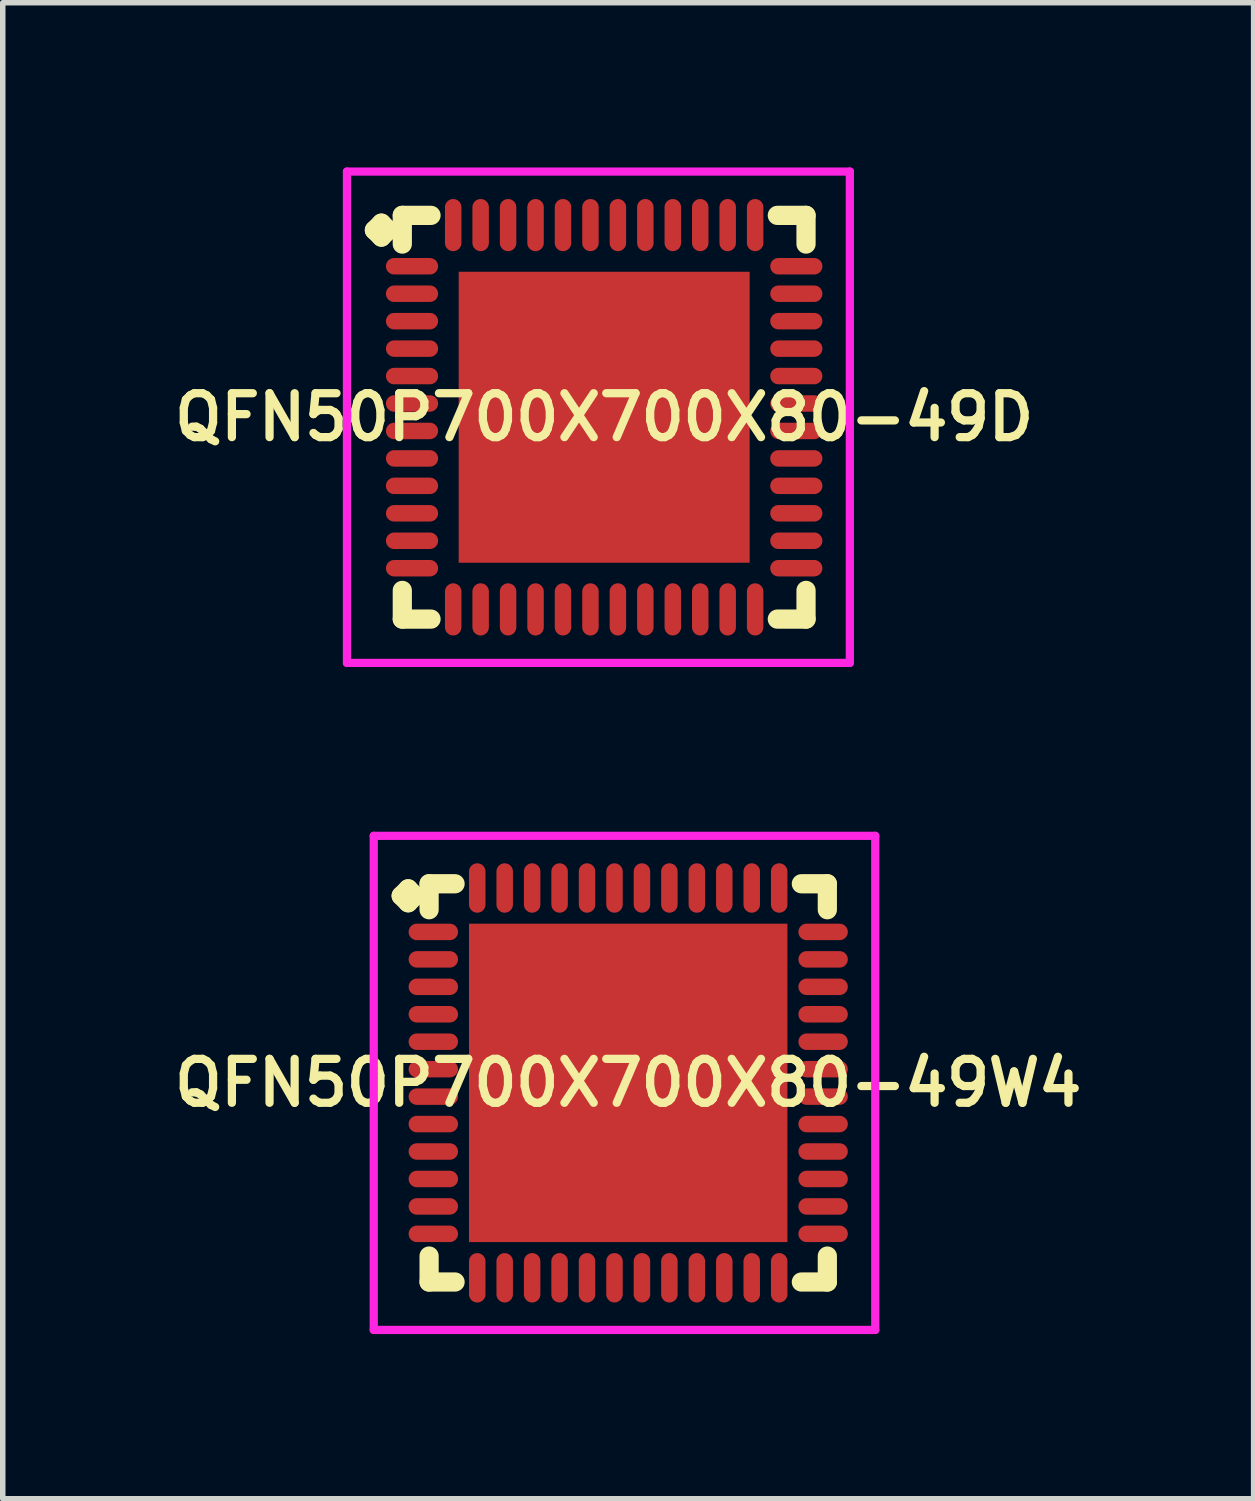
<source format=kicad_pcb>
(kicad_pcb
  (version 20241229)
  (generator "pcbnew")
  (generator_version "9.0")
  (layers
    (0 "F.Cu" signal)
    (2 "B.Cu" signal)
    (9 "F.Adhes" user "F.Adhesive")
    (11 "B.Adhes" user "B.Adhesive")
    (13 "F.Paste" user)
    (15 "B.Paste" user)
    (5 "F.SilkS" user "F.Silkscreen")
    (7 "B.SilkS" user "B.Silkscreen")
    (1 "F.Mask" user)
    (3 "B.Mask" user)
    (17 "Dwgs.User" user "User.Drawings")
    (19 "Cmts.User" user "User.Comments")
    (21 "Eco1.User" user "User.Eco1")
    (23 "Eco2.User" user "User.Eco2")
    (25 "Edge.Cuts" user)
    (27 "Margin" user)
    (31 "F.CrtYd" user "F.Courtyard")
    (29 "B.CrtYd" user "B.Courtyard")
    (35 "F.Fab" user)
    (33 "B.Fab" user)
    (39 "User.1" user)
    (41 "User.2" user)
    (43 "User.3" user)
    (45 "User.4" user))
  (footprint "QFN50P700X700X80-49D"
    (layer "F.Cu")
    (at 7.955 4.55)
    (property "Reference" "QFN50P700X700X80-49D" (at 0 0 0) (layer "F.SilkS") (effects (font (size 0.8 0.8) (thickness 0.15))))
    (attr smd)
    (fp_line (start -4.185 -3.408) (end -4.058 -3.535) (stroke (width 0.35) (type solid)) (layer "F.SilkS"))
    (fp_line (start -4.058 -3.535) (end -3.931 -3.408) (stroke (width 0.35) (type solid)) (layer "F.SilkS"))
    (fp_line (start -4.058 -3.281) (end -4.185 -3.408) (stroke (width 0.35) (type solid)) (layer "F.SilkS"))
    (fp_line (start -3.931 -3.408) (end -4.058 -3.281) (stroke (width 0.35) (type solid)) (layer "F.SilkS"))
    (fp_line (start -3.677 -3.677) (end -3.154 -3.677) (stroke (width 0.35) (type solid)) (layer "F.SilkS"))
    (fp_line (start -3.677 -3.154) (end -3.677 -3.677) (stroke (width 0.35) (type solid)) (layer "F.SilkS"))
    (fp_line (start -3.677 3.154) (end -3.677 3.677) (stroke (width 0.35) (type solid)) (layer "F.SilkS"))
    (fp_line (start -3.677 3.677) (end -3.154 3.677) (stroke (width 0.35) (type solid)) (layer "F.SilkS"))
    (fp_line (start 3.154 -3.677) (end 3.677 -3.677) (stroke (width 0.35) (type solid)) (layer "F.SilkS"))
    (fp_line (start 3.154 3.677) (end 3.677 3.677) (stroke (width 0.35) (type solid)) (layer "F.SilkS"))
    (fp_line (start 3.677 -3.677) (end 3.677 -3.154) (stroke (width 0.35) (type solid)) (layer "F.SilkS"))
    (fp_line (start 3.677 3.677) (end 3.677 3.154) (stroke (width 0.35) (type solid)) (layer "F.SilkS"))
    (fp_line (start -4.685 -4.475) (end 4.475 -4.475) (stroke (width 0.15) (type solid)) (layer "F.CrtYd"))
    (fp_line (start -4.685 4.475) (end -4.685 -4.475) (stroke (width 0.15) (type solid)) (layer "F.CrtYd"))
    (fp_line (start 4.475 -4.475) (end 4.475 4.475) (stroke (width 0.15) (type solid)) (layer "F.CrtYd"))
    (fp_line (start 4.475 4.475) (end -4.685 4.475) (stroke (width 0.15) (type solid)) (layer "F.CrtYd"))
    (pad "1" smd oval (at -3.5 -2.75) (size 0.95 0.3) (layers "F.Cu" "F.Mask" "F.Paste"))
    (pad "2" smd oval (at -3.5 -2.25) (size 0.95 0.3) (layers "F.Cu" "F.Mask" "F.Paste"))
    (pad "3" smd oval (at -3.5 -1.75) (size 0.95 0.3) (layers "F.Cu" "F.Mask" "F.Paste"))
    (pad "4" smd oval (at -3.5 -1.25) (size 0.95 0.3) (layers "F.Cu" "F.Mask" "F.Paste"))
    (pad "5" smd oval (at -3.5 -0.75) (size 0.95 0.3) (layers "F.Cu" "F.Mask" "F.Paste"))
    (pad "6" smd oval (at -3.5 -0.25) (size 0.95 0.3) (layers "F.Cu" "F.Mask" "F.Paste"))
    (pad "7" smd oval (at -3.5 0.25) (size 0.95 0.3) (layers "F.Cu" "F.Mask" "F.Paste"))
    (pad "8" smd oval (at -3.5 0.75) (size 0.95 0.3) (layers "F.Cu" "F.Mask" "F.Paste"))
    (pad "9" smd oval (at -3.5 1.25) (size 0.95 0.3) (layers "F.Cu" "F.Mask" "F.Paste"))
    (pad "10" smd oval (at -3.5 1.75) (size 0.95 0.3) (layers "F.Cu" "F.Mask" "F.Paste"))
    (pad "11" smd oval (at -3.5 2.25) (size 0.95 0.3) (layers "F.Cu" "F.Mask" "F.Paste"))
    (pad "12" smd oval (at -3.5 2.75) (size 0.95 0.3) (layers "F.Cu" "F.Mask" "F.Paste"))
    (pad "13" smd oval (at -2.75 3.5) (size 0.3 0.95) (layers "F.Cu" "F.Mask" "F.Paste"))
    (pad "14" smd oval (at -2.25 3.5) (size 0.3 0.95) (layers "F.Cu" "F.Mask" "F.Paste"))
    (pad "15" smd oval (at -1.75 3.5) (size 0.3 0.95) (layers "F.Cu" "F.Mask" "F.Paste"))
    (pad "16" smd oval (at -1.25 3.5) (size 0.3 0.95) (layers "F.Cu" "F.Mask" "F.Paste"))
    (pad "17" smd oval (at -0.75 3.5) (size 0.3 0.95) (layers "F.Cu" "F.Mask" "F.Paste"))
    (pad "18" smd oval (at -0.25 3.5) (size 0.3 0.95) (layers "F.Cu" "F.Mask" "F.Paste"))
    (pad "19" smd oval (at 0.25 3.5) (size 0.3 0.95) (layers "F.Cu" "F.Mask" "F.Paste"))
    (pad "20" smd oval (at 0.75 3.5) (size 0.3 0.95) (layers "F.Cu" "F.Mask" "F.Paste"))
    (pad "21" smd oval (at 1.25 3.5) (size 0.3 0.95) (layers "F.Cu" "F.Mask" "F.Paste"))
    (pad "22" smd oval (at 1.75 3.5) (size 0.3 0.95) (layers "F.Cu" "F.Mask" "F.Paste"))
    (pad "23" smd oval (at 2.25 3.5) (size 0.3 0.95) (layers "F.Cu" "F.Mask" "F.Paste"))
    (pad "24" smd oval (at 2.75 3.5) (size 0.3 0.95) (layers "F.Cu" "F.Mask" "F.Paste"))
    (pad "25" smd oval (at 3.5 2.75) (size 0.95 0.3) (layers "F.Cu" "F.Mask" "F.Paste"))
    (pad "26" smd oval (at 3.5 2.25) (size 0.95 0.3) (layers "F.Cu" "F.Mask" "F.Paste"))
    (pad "27" smd oval (at 3.5 1.75) (size 0.95 0.3) (layers "F.Cu" "F.Mask" "F.Paste"))
    (pad "28" smd oval (at 3.5 1.25) (size 0.95 0.3) (layers "F.Cu" "F.Mask" "F.Paste"))
    (pad "29" smd oval (at 3.5 0.75) (size 0.95 0.3) (layers "F.Cu" "F.Mask" "F.Paste"))
    (pad "30" smd oval (at 3.5 0.25) (size 0.95 0.3) (layers "F.Cu" "F.Mask" "F.Paste"))
    (pad "31" smd oval (at 3.5 -0.25) (size 0.95 0.3) (layers "F.Cu" "F.Mask" "F.Paste"))
    (pad "32" smd oval (at 3.5 -0.75) (size 0.95 0.3) (layers "F.Cu" "F.Mask" "F.Paste"))
    (pad "33" smd oval (at 3.5 -1.25) (size 0.95 0.3) (layers "F.Cu" "F.Mask" "F.Paste"))
    (pad "34" smd oval (at 3.5 -1.75) (size 0.95 0.3) (layers "F.Cu" "F.Mask" "F.Paste"))
    (pad "35" smd oval (at 3.5 -2.25) (size 0.95 0.3) (layers "F.Cu" "F.Mask" "F.Paste"))
    (pad "36" smd oval (at 3.5 -2.75) (size 0.95 0.3) (layers "F.Cu" "F.Mask" "F.Paste"))
    (pad "37" smd oval (at 2.75 -3.5) (size 0.3 0.95) (layers "F.Cu" "F.Mask" "F.Paste"))
    (pad "38" smd oval (at 2.25 -3.5) (size 0.3 0.95) (layers "F.Cu" "F.Mask" "F.Paste"))
    (pad "39" smd oval (at 1.75 -3.5) (size 0.3 0.95) (layers "F.Cu" "F.Mask" "F.Paste"))
    (pad "40" smd oval (at 1.25 -3.5) (size 0.3 0.95) (layers "F.Cu" "F.Mask" "F.Paste"))
    (pad "41" smd oval (at 0.75 -3.5) (size 0.3 0.95) (layers "F.Cu" "F.Mask" "F.Paste"))
    (pad "42" smd oval (at 0.25 -3.5) (size 0.3 0.95) (layers "F.Cu" "F.Mask" "F.Paste"))
    (pad "43" smd oval (at -0.25 -3.5) (size 0.3 0.95) (layers "F.Cu" "F.Mask" "F.Paste"))
    (pad "44" smd oval (at -0.75 -3.5) (size 0.3 0.95) (layers "F.Cu" "F.Mask" "F.Paste"))
    (pad "45" smd oval (at -1.25 -3.5) (size 0.3 0.95) (layers "F.Cu" "F.Mask" "F.Paste"))
    (pad "46" smd oval (at -1.75 -3.5) (size 0.3 0.95) (layers "F.Cu" "F.Mask" "F.Paste"))
    (pad "47" smd oval (at -2.25 -3.5) (size 0.3 0.95) (layers "F.Cu" "F.Mask" "F.Paste"))
    (pad "48" smd oval (at -2.75 -3.5) (size 0.3 0.95) (layers "F.Cu" "F.Mask" "F.Paste"))
    (pad "49" smd rect (at 0 0) (size 5.3 5.3) (layers "F.Cu" "F.Mask" "F.Paste")))
  (footprint "QFN50P700X700X80-49W4"
    (layer "F.Cu")
    (at 8.393 16.675)
    (property "Reference" "QFN50P700X700X80-49W4" (at 0 0 0) (layer "F.SilkS") (effects (font (size 0.8 0.8) (thickness 0.15))))
    (attr smd)
    (fp_line (start -4.135 -3.408) (end -4.008 -3.535) (stroke (width 0.35) (type solid)) (layer "F.SilkS"))
    (fp_line (start -4.008 -3.535) (end -3.881 -3.408) (stroke (width 0.35) (type solid)) (layer "F.SilkS"))
    (fp_line (start -4.008 -3.281) (end -4.135 -3.408) (stroke (width 0.35) (type solid)) (layer "F.SilkS"))
    (fp_line (start -3.881 -3.408) (end -4.008 -3.281) (stroke (width 0.35) (type solid)) (layer "F.SilkS"))
    (fp_line (start -3.627 -3.627) (end -3.154 -3.627) (stroke (width 0.35) (type solid)) (layer "F.SilkS"))
    (fp_line (start -3.627 -3.154) (end -3.627 -3.627) (stroke (width 0.35) (type solid)) (layer "F.SilkS"))
    (fp_line (start -3.627 3.154) (end -3.627 3.627) (stroke (width 0.35) (type solid)) (layer "F.SilkS"))
    (fp_line (start -3.627 3.627) (end -3.154 3.627) (stroke (width 0.35) (type solid)) (layer "F.SilkS"))
    (fp_line (start 3.154 -3.627) (end 3.627 -3.627) (stroke (width 0.35) (type solid)) (layer "F.SilkS"))
    (fp_line (start 3.154 3.627) (end 3.627 3.627) (stroke (width 0.35) (type solid)) (layer "F.SilkS"))
    (fp_line (start 3.627 -3.627) (end 3.627 -3.154) (stroke (width 0.35) (type solid)) (layer "F.SilkS"))
    (fp_line (start 3.627 3.627) (end 3.627 3.154) (stroke (width 0.35) (type solid)) (layer "F.SilkS"))
    (fp_line (start -4.635 -4.5) (end 4.5 -4.5) (stroke (width 0.15) (type solid)) (layer "F.CrtYd"))
    (fp_line (start -4.635 4.5) (end -4.635 -4.5) (stroke (width 0.15) (type solid)) (layer "F.CrtYd"))
    (fp_line (start 4.5 -4.5) (end 4.5 4.5) (stroke (width 0.15) (type solid)) (layer "F.CrtYd"))
    (fp_line (start 4.5 4.5) (end -4.635 4.5) (stroke (width 0.15) (type solid)) (layer "F.CrtYd"))
    (pad "1" smd oval (at -3.55 -2.75) (size 0.9 0.3) (layers "F.Cu" "F.Mask" "F.Paste"))
    (pad "2" smd oval (at -3.55 -2.25) (size 0.9 0.3) (layers "F.Cu" "F.Mask" "F.Paste"))
    (pad "3" smd oval (at -3.55 -1.75) (size 0.9 0.3) (layers "F.Cu" "F.Mask" "F.Paste"))
    (pad "4" smd oval (at -3.55 -1.25) (size 0.9 0.3) (layers "F.Cu" "F.Mask" "F.Paste"))
    (pad "5" smd oval (at -3.55 -0.75) (size 0.9 0.3) (layers "F.Cu" "F.Mask" "F.Paste"))
    (pad "6" smd oval (at -3.55 -0.25) (size 0.9 0.3) (layers "F.Cu" "F.Mask" "F.Paste"))
    (pad "7" smd oval (at -3.55 0.25) (size 0.9 0.3) (layers "F.Cu" "F.Mask" "F.Paste"))
    (pad "8" smd oval (at -3.55 0.75) (size 0.9 0.3) (layers "F.Cu" "F.Mask" "F.Paste"))
    (pad "9" smd oval (at -3.55 1.25) (size 0.9 0.3) (layers "F.Cu" "F.Mask" "F.Paste"))
    (pad "10" smd oval (at -3.55 1.75) (size 0.9 0.3) (layers "F.Cu" "F.Mask" "F.Paste"))
    (pad "11" smd oval (at -3.55 2.25) (size 0.9 0.3) (layers "F.Cu" "F.Mask" "F.Paste"))
    (pad "12" smd oval (at -3.55 2.75) (size 0.9 0.3) (layers "F.Cu" "F.Mask" "F.Paste"))
    (pad "13" smd oval (at -2.75 3.55) (size 0.3 0.9) (layers "F.Cu" "F.Mask" "F.Paste"))
    (pad "14" smd oval (at -2.25 3.55) (size 0.3 0.9) (layers "F.Cu" "F.Mask" "F.Paste"))
    (pad "15" smd oval (at -1.75 3.55) (size 0.3 0.9) (layers "F.Cu" "F.Mask" "F.Paste"))
    (pad "16" smd oval (at -1.25 3.55) (size 0.3 0.9) (layers "F.Cu" "F.Mask" "F.Paste"))
    (pad "17" smd oval (at -0.75 3.55) (size 0.3 0.9) (layers "F.Cu" "F.Mask" "F.Paste"))
    (pad "18" smd oval (at -0.25 3.55) (size 0.3 0.9) (layers "F.Cu" "F.Mask" "F.Paste"))
    (pad "19" smd oval (at 0.25 3.55) (size 0.3 0.9) (layers "F.Cu" "F.Mask" "F.Paste"))
    (pad "20" smd oval (at 0.75 3.55) (size 0.3 0.9) (layers "F.Cu" "F.Mask" "F.Paste"))
    (pad "21" smd oval (at 1.25 3.55) (size 0.3 0.9) (layers "F.Cu" "F.Mask" "F.Paste"))
    (pad "22" smd oval (at 1.75 3.55) (size 0.3 0.9) (layers "F.Cu" "F.Mask" "F.Paste"))
    (pad "23" smd oval (at 2.25 3.55) (size 0.3 0.9) (layers "F.Cu" "F.Mask" "F.Paste"))
    (pad "24" smd oval (at 2.75 3.55) (size 0.3 0.9) (layers "F.Cu" "F.Mask" "F.Paste"))
    (pad "25" smd oval (at 3.55 2.75) (size 0.9 0.3) (layers "F.Cu" "F.Mask" "F.Paste"))
    (pad "26" smd oval (at 3.55 2.25) (size 0.9 0.3) (layers "F.Cu" "F.Mask" "F.Paste"))
    (pad "27" smd oval (at 3.55 1.75) (size 0.9 0.3) (layers "F.Cu" "F.Mask" "F.Paste"))
    (pad "28" smd oval (at 3.55 1.25) (size 0.9 0.3) (layers "F.Cu" "F.Mask" "F.Paste"))
    (pad "29" smd oval (at 3.55 0.75) (size 0.9 0.3) (layers "F.Cu" "F.Mask" "F.Paste"))
    (pad "30" smd oval (at 3.55 0.25) (size 0.9 0.3) (layers "F.Cu" "F.Mask" "F.Paste"))
    (pad "31" smd oval (at 3.55 -0.25) (size 0.9 0.3) (layers "F.Cu" "F.Mask" "F.Paste"))
    (pad "32" smd oval (at 3.55 -0.75) (size 0.9 0.3) (layers "F.Cu" "F.Mask" "F.Paste"))
    (pad "33" smd oval (at 3.55 -1.25) (size 0.9 0.3) (layers "F.Cu" "F.Mask" "F.Paste"))
    (pad "34" smd oval (at 3.55 -1.75) (size 0.9 0.3) (layers "F.Cu" "F.Mask" "F.Paste"))
    (pad "35" smd oval (at 3.55 -2.25) (size 0.9 0.3) (layers "F.Cu" "F.Mask" "F.Paste"))
    (pad "36" smd oval (at 3.55 -2.75) (size 0.9 0.3) (layers "F.Cu" "F.Mask" "F.Paste"))
    (pad "37" smd oval (at 2.75 -3.55) (size 0.3 0.9) (layers "F.Cu" "F.Mask" "F.Paste"))
    (pad "38" smd oval (at 2.25 -3.55) (size 0.3 0.9) (layers "F.Cu" "F.Mask" "F.Paste"))
    (pad "39" smd oval (at 1.75 -3.55) (size 0.3 0.9) (layers "F.Cu" "F.Mask" "F.Paste"))
    (pad "40" smd oval (at 1.25 -3.55) (size 0.3 0.9) (layers "F.Cu" "F.Mask" "F.Paste"))
    (pad "41" smd oval (at 0.75 -3.55) (size 0.3 0.9) (layers "F.Cu" "F.Mask" "F.Paste"))
    (pad "42" smd oval (at 0.25 -3.55) (size 0.3 0.9) (layers "F.Cu" "F.Mask" "F.Paste"))
    (pad "43" smd oval (at -0.25 -3.55) (size 0.3 0.9) (layers "F.Cu" "F.Mask" "F.Paste"))
    (pad "44" smd oval (at -0.75 -3.55) (size 0.3 0.9) (layers "F.Cu" "F.Mask" "F.Paste"))
    (pad "45" smd oval (at -1.25 -3.55) (size 0.3 0.9) (layers "F.Cu" "F.Mask" "F.Paste"))
    (pad "46" smd oval (at -1.75 -3.55) (size 0.3 0.9) (layers "F.Cu" "F.Mask" "F.Paste"))
    (pad "47" smd oval (at -2.25 -3.55) (size 0.3 0.9) (layers "F.Cu" "F.Mask" "F.Paste"))
    (pad "48" smd oval (at -2.75 -3.55) (size 0.3 0.9) (layers "F.Cu" "F.Mask" "F.Paste"))
    (pad "49" smd rect (at 0 0) (size 5.8 5.8) (layers "F.Cu" "F.Mask" "F.Paste")))
  (gr_rect
    (start -3 -3)
    (end 19.785 24.25)
    (stroke (width 0.1) (type default))
    (fill no)
    (layer "Edge.Cuts")))
</source>
